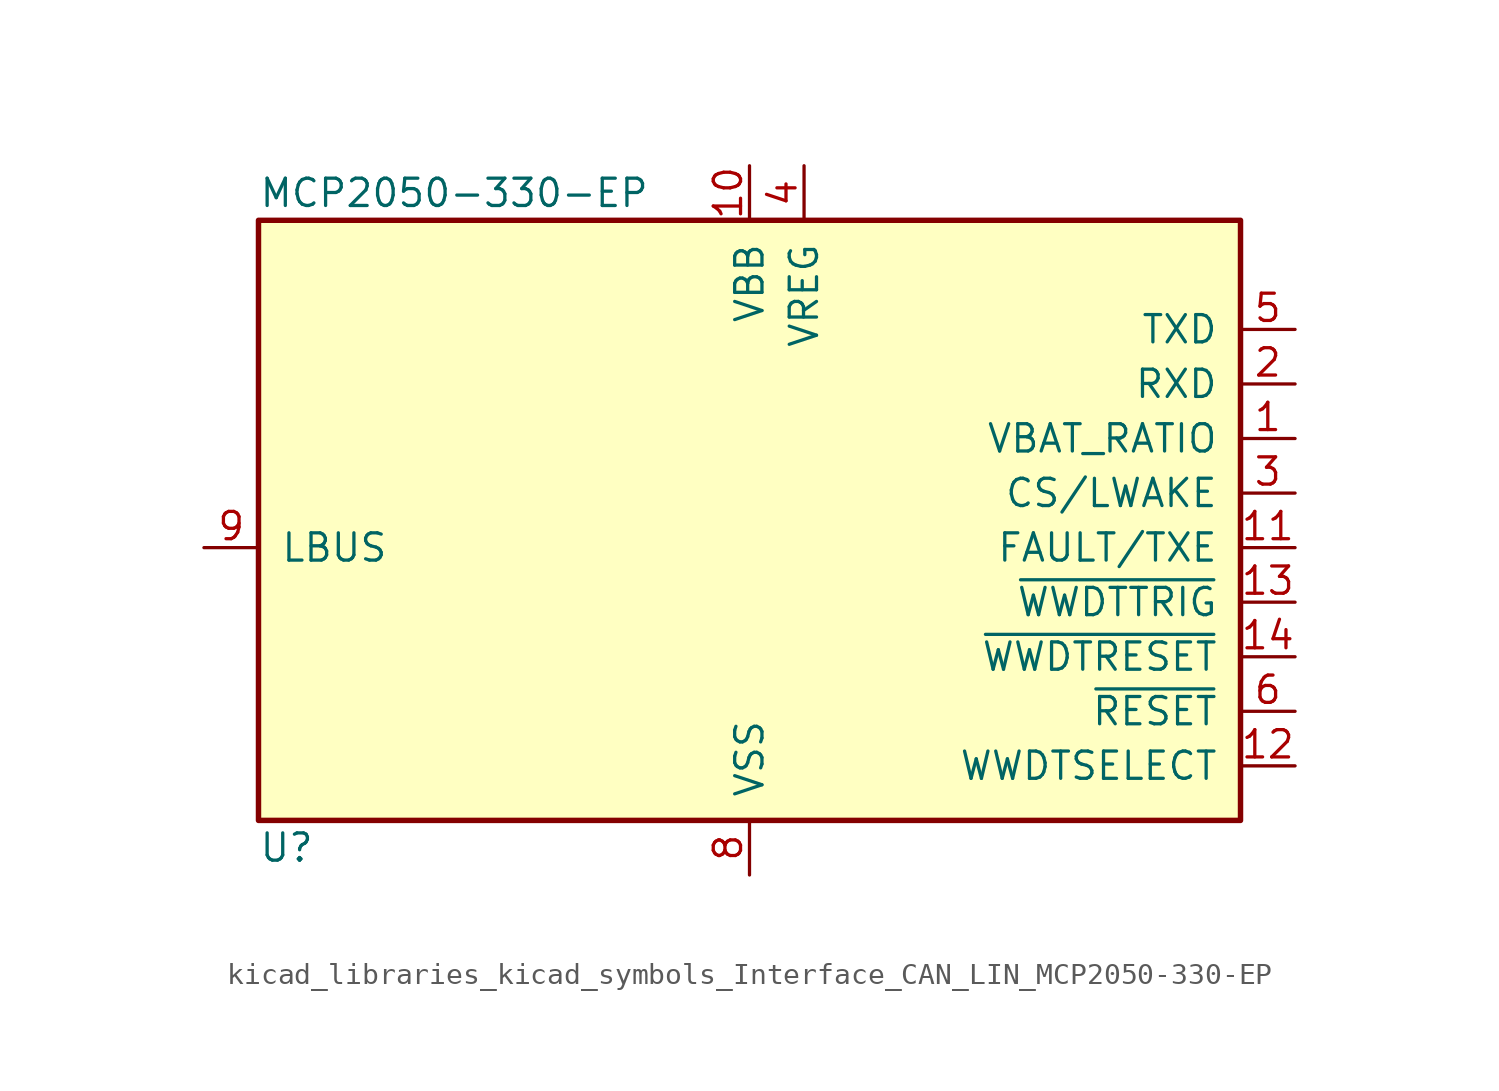
<source format=kicad_sym>
(kicad_symbol_lib
  (version 20220914)
  (generator kicad_symbol_editor)
  (symbol "kicad_libraries_kicad_symbols_Interface_CAN_LIN_MCP2050-330-EP"
    (pin_names
      (offset 1.016))
    (property "Reference" "U"
      (at -22.86 -13.97 0)
      (effects (font (size 1.27 1.27)) (justify left)))
    (property "Value" "MCP2050-330-EP"
      (at -22.86 16.51 0)
      (effects (font (size 1.27 1.27)) (justify left)))
    (symbol "kicad_libraries_kicad_symbols_Interface_CAN_LIN_MCP2050-330-EP_0_1"
      (rectangle (start -22.86 15.24) (end 22.86 -12.7) (stroke (width 0.254) (type default)) (fill (type background))))
    (symbol "kicad_libraries_kicad_symbols_Interface_CAN_LIN_MCP2050-330-EP_1_1"
      (pin output line (at 25.4 5.08 180) (length 2.54) (name "VBAT_RATIO" (effects (font (size 1.27 1.27)))) (number "1" (effects (font (size 1.27 1.27)))))
      (pin power_in line (at 0 17.78 270) (length 2.54) (name "VBB" (effects (font (size 1.27 1.27)))) (number "10" (effects (font (size 1.27 1.27)))))
      (pin open_collector line (at 25.4 0 180) (length 2.54) (name "FAULT/TXE" (effects (font (size 1.27 1.27)))) (number "11" (effects (font (size 1.27 1.27)))))
      (pin input line (at 25.4 -10.16 180) (length 2.54) (name "WWDTSELECT" (effects (font (size 1.27 1.27)))) (number "12" (effects (font (size 1.27 1.27)))))
      (pin input line (at 25.4 -2.54 180) (length 2.54) (name "~{WWDTTRIG}" (effects (font (size 1.27 1.27)))) (number "13" (effects (font (size 1.27 1.27)))))
      (pin output line (at 25.4 -5.08 180) (length 2.54) (name "~{WWDTRESET}" (effects (font (size 1.27 1.27)))) (number "14" (effects (font (size 1.27 1.27)))))
      (pin output line (at 25.4 7.62 180) (length 2.54) (name "RXD" (effects (font (size 1.27 1.27)))) (number "2" (effects (font (size 1.27 1.27)))))
      (pin input line (at 25.4 2.54 180) (length 2.54) (name "CS/LWAKE" (effects (font (size 1.27 1.27)))) (number "3" (effects (font (size 1.27 1.27)))))
      (pin power_out line (at 2.54 17.78 270) (length 2.54) (name "VREG" (effects (font (size 1.27 1.27)))) (number "4" (effects (font (size 1.27 1.27)))))
      (pin input line (at 25.4 10.16 180) (length 2.54) (name "TXD" (effects (font (size 1.27 1.27)))) (number "5" (effects (font (size 1.27 1.27)))))
      (pin output line (at 25.4 -7.62 180) (length 2.54) (name "~{RESET}" (effects (font (size 1.27 1.27)))) (number "6" (effects (font (size 1.27 1.27)))))
      (pin no_connect line (at -22.86 -7.62 0) (length 2.54) hide (name "NC" (effects (font (size 1.27 1.27)))) (number "7" (effects (font (size 1.27 1.27)))))
      (pin power_in line (at 0 -15.24 90) (length 2.54) (name "VSS" (effects (font (size 1.27 1.27)))) (number "8" (effects (font (size 1.27 1.27)))))
      (pin open_collector line (at -25.4 0 0) (length 2.54) (name "LBUS" (effects (font (size 1.27 1.27)))) (number "9" (effects (font (size 1.27 1.27))))))))
</source>
